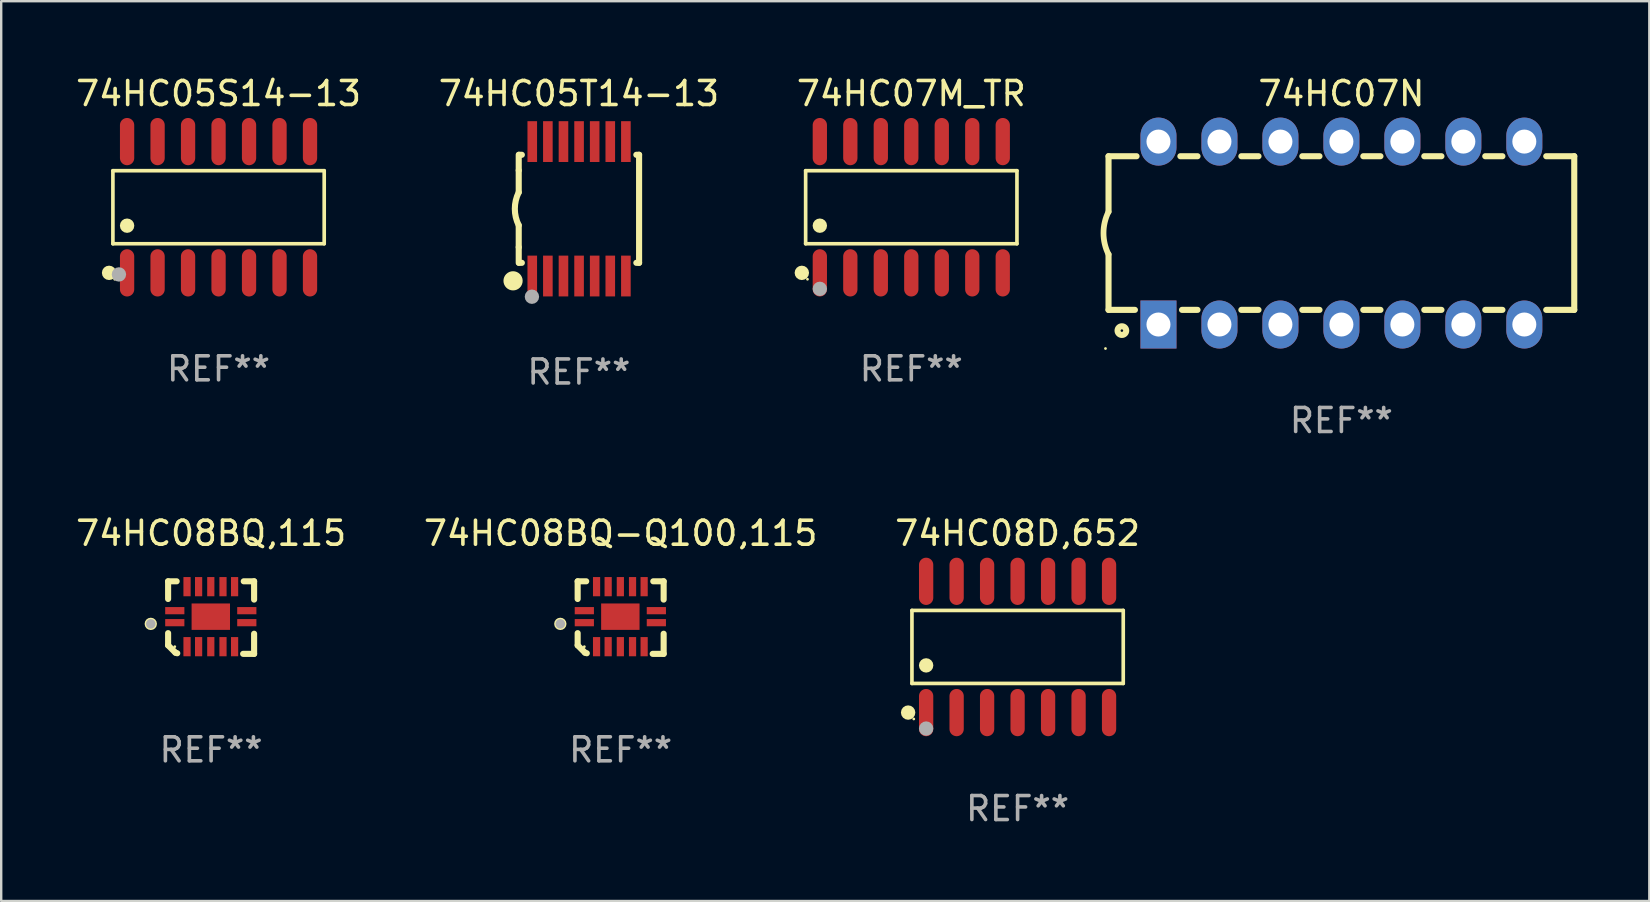
<source format=kicad_pcb>
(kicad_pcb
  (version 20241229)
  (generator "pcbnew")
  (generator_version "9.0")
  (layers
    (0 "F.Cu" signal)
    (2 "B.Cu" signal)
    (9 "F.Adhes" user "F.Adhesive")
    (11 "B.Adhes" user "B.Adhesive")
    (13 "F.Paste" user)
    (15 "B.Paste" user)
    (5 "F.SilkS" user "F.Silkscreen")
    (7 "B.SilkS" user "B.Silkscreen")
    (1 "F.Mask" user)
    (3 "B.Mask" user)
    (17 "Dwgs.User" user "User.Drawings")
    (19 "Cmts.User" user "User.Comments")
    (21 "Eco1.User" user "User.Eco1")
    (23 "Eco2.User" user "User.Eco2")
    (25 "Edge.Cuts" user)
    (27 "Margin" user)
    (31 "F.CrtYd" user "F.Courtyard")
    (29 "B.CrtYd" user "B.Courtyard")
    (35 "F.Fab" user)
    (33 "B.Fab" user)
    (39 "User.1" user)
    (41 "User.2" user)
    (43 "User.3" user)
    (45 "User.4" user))
  (footprint "74HC08D,652"
    (layer "F.Cu")
    (at 39.339 23.899)
    (property "Reference" "74HC08D,652" (at 0 -4.734 0) (layer "F.SilkS") (effects (font (size 1 1) (thickness 0.15))))
    (attr through_hole)
    (fp_line (start -4.401 -1.521) (end 4.401 -1.521) (stroke (width 0.152) (type solid)) (layer "F.SilkS"))
    (fp_line (start -4.401 1.521) (end -4.401 -1.521) (stroke (width 0.152) (type solid)) (layer "F.SilkS"))
    (fp_line (start 4.401 -1.521) (end 4.401 1.521) (stroke (width 0.152) (type solid)) (layer "F.SilkS"))
    (fp_line (start 4.401 1.521) (end -4.401 1.521) (stroke (width 0.152) (type solid)) (layer "F.SilkS"))
    (fp_circle (center -4.56 2.734) (end -4.41 2.734) (stroke (width 0.3) (type solid)) (fill no) (layer "F.SilkS"))
    (fp_circle (center -4.325 3) (end -4.295 3) (stroke (width 0.06) (type solid)) (fill no) (layer "F.SilkS"))
    (fp_circle (center -3.81 0.769) (end -3.66 0.769) (stroke (width 0.3) (type solid)) (fill no) (layer "F.SilkS"))
    (fp_circle (center -3.81 3.4) (end -3.66 3.4) (stroke (width 0.3) (type solid)) (fill no) (layer "F.Fab"))
    (fp_text user "REF**" (at 0 6.734 0) (layer "F.Fab") (effects (font (size 1 1) (thickness 0.15))))
    (pad "1" smd oval (at -3.81 2.734) (size 0.595 1.968) (layers "F.Cu" "F.Mask" "F.Paste"))
    (pad "2" smd oval (at -2.54 2.734) (size 0.595 1.968) (layers "F.Cu" "F.Mask" "F.Paste"))
    (pad "3" smd oval (at -1.27 2.734) (size 0.595 1.968) (layers "F.Cu" "F.Mask" "F.Paste"))
    (pad "4" smd oval (at 0 2.734) (size 0.595 1.968) (layers "F.Cu" "F.Mask" "F.Paste"))
    (pad "5" smd oval (at 1.27 2.734) (size 0.595 1.968) (layers "F.Cu" "F.Mask" "F.Paste"))
    (pad "6" smd oval (at 2.54 2.734) (size 0.595 1.968) (layers "F.Cu" "F.Mask" "F.Paste"))
    (pad "7" smd oval (at 3.81 2.734) (size 0.595 1.968) (layers "F.Cu" "F.Mask" "F.Paste"))
    (pad "8" smd oval (at 3.81 -2.734) (size 0.595 1.968) (layers "F.Cu" "F.Mask" "F.Paste"))
    (pad "9" smd oval (at 2.54 -2.734) (size 0.595 1.968) (layers "F.Cu" "F.Mask" "F.Paste"))
    (pad "10" smd oval (at 1.27 -2.734) (size 0.595 1.968) (layers "F.Cu" "F.Mask" "F.Paste"))
    (pad "11" smd oval (at 0 -2.734) (size 0.595 1.968) (layers "F.Cu" "F.Mask" "F.Paste"))
    (pad "12" smd oval (at -1.27 -2.734) (size 0.595 1.968) (layers "F.Cu" "F.Mask" "F.Paste"))
    (pad "13" smd oval (at -2.54 -2.734) (size 0.595 1.968) (layers "F.Cu" "F.Mask" "F.Paste"))
    (pad "14" smd oval (at -3.81 -2.734) (size 0.595 1.968) (layers "F.Cu" "F.Mask" "F.Paste")))
  (footprint "74HC08BQ,115"
    (layer "F.Cu")
    (at 5.744 22.676)
    (property "Reference" "74HC08BQ,115" (at 0 -3.511 0) (layer "F.SilkS") (effects (font (size 1 1) (thickness 0.15))))
    (attr through_hole)
    (fp_line (start -1.791 -1.511) (end -1.435 -1.511) (stroke (width 0.254) (type solid)) (layer "F.SilkS"))
    (fp_line (start -1.791 -0.775) (end -1.791 -1.511) (stroke (width 0.254) (type solid)) (layer "F.SilkS"))
    (fp_line (start -1.791 1.156) (end -1.791 0.648) (stroke (width 0.254) (type solid)) (layer "F.SilkS"))
    (fp_line (start -1.486 1.461) (end -1.791 1.156) (stroke (width 0.254) (type solid)) (layer "F.SilkS"))
    (fp_line (start -1.41 1.486) (end -1.486 1.461) (stroke (width 0.254) (type solid)) (layer "F.SilkS"))
    (fp_line (start 1.334 1.511) (end 1.791 1.511) (stroke (width 0.254) (type solid)) (layer "F.SilkS"))
    (fp_line (start 1.791 -1.511) (end 1.359 -1.511) (stroke (width 0.254) (type solid)) (layer "F.SilkS"))
    (fp_line (start 1.791 -0.749) (end 1.791 -1.511) (stroke (width 0.254) (type solid)) (layer "F.SilkS"))
    (fp_line (start 1.791 1.511) (end 1.791 0.673) (stroke (width 0.254) (type solid)) (layer "F.SilkS"))
    (fp_circle (center -2.513 0.262) (end -2.383 0.262) (stroke (width 0.254) (type solid)) (fill no) (layer "F.SilkS"))
    (fp_circle (center -1.513 1.212) (end -1.483 1.212) (stroke (width 0.06) (type solid)) (fill no) (layer "F.SilkS"))
    (fp_circle (center -2.513 0.262) (end -2.413 0.262) (stroke (width 0.2) (type solid)) (fill no) (layer "F.Fab"))
    (fp_text user "REF**" (at 0 5.511 0) (layer "F.Fab") (effects (font (size 1 1) (thickness 0.15))))
    (pad "1" smd rect (at -1.513 0.212) (size 0.8 0.3) (layers "F.Cu" "F.Mask" "F.Paste"))
    (pad "2" smd rect (at -1.003 1.212) (size 0.3 0.8) (layers "F.Cu" "F.Mask" "F.Paste"))
    (pad "3" smd rect (at -0.521 1.212) (size 0.3 0.8) (layers "F.Cu" "F.Mask" "F.Paste"))
    (pad "4" smd rect (at -0.013 1.212) (size 0.3 0.8) (layers "F.Cu" "F.Mask" "F.Paste"))
    (pad "5" smd rect (at 0.495 1.212) (size 0.3 0.8) (layers "F.Cu" "F.Mask" "F.Paste"))
    (pad "6" smd rect (at 0.978 1.212) (size 0.3 0.8) (layers "F.Cu" "F.Mask" "F.Paste"))
    (pad "7" smd rect (at 1.487 0.212) (size 0.8 0.3) (layers "F.Cu" "F.Mask" "F.Paste"))
    (pad "8" smd rect (at 1.487 -0.288) (size 0.8 0.3) (layers "F.Cu" "F.Mask" "F.Paste"))
    (pad "9" smd rect (at 0.978 -1.288) (size 0.3 0.8) (layers "F.Cu" "F.Mask" "F.Paste"))
    (pad "10" smd rect (at 0.495 -1.288) (size 0.3 0.8) (layers "F.Cu" "F.Mask" "F.Paste"))
    (pad "11" smd rect (at -0.013 -1.288) (size 0.3 0.8) (layers "F.Cu" "F.Mask" "F.Paste"))
    (pad "12" smd rect (at -0.521 -1.288) (size 0.3 0.8) (layers "F.Cu" "F.Mask" "F.Paste"))
    (pad "13" smd rect (at -1.003 -1.288) (size 0.3 0.8) (layers "F.Cu" "F.Mask" "F.Paste"))
    (pad "14" smd rect (at -1.513 -0.288) (size 0.8 0.3) (layers "F.Cu" "F.Mask" "F.Paste"))
    (pad "15" smd rect (at -0.013 -0.038 90) (size 1.1 1.6) (layers "F.Cu" "F.Mask" "F.Paste")))
  (footprint "74HC05T14-13"
    (layer "F.Cu")
    (at 21.065 5.648)
    (property "Reference" "74HC05T14-13" (at 0 -4.8 0) (layer "F.SilkS") (effects (font (size 1 1) (thickness 0.15))))
    (attr through_hole)
    (fp_line (start -2.507 -1.6) (end -2.507 -2.25) (stroke (width 0.254) (type solid)) (layer "F.SilkS"))
    (fp_line (start -2.507 -0.686) (end -2.507 -1.6) (stroke (width 0.254) (type solid)) (layer "F.SilkS"))
    (fp_line (start -2.507 1.6) (end -2.507 0.686) (stroke (width 0.254) (type solid)) (layer "F.SilkS"))
    (fp_line (start -2.507 1.6) (end -2.507 2.25) (stroke (width 0.254) (type solid)) (layer "F.SilkS"))
    (fp_line (start -2.493 -2.25) (end -2.377 -2.25) (stroke (width 0.254) (type solid)) (layer "F.SilkS"))
    (fp_line (start -2.377 2.25) (end -2.493 2.25) (stroke (width 0.254) (type solid)) (layer "F.SilkS"))
    (fp_line (start 2.392 -2.25) (end 2.507 -2.25) (stroke (width 0.254) (type solid)) (layer "F.SilkS"))
    (fp_line (start 2.507 -2.25) (end 2.507 2.25) (stroke (width 0.254) (type solid)) (layer "F.SilkS"))
    (fp_line (start 2.507 2.25) (end 2.392 2.25) (stroke (width 0.254) (type solid)) (layer "F.SilkS"))
    (fp_arc (start -2.507303 0.685802) (mid -2.669199 0) (end -2.507303 -0.685801) (stroke (width 0.254001) (type solid)) (layer "F.SilkS"))
    (fp_circle (center -2.743 3) (end -2.543 3) (stroke (width 0.4) (type solid)) (fill no) (layer "F.SilkS"))
    (fp_circle (center -2.493 3.2) (end -2.463 3.2) (stroke (width 0.06) (type solid)) (fill no) (layer "F.SilkS"))
    (fp_circle (center -1.957 3.662) (end -1.807 3.662) (stroke (width 0.3) (type solid)) (fill no) (layer "F.Fab"))
    (fp_text user "REF**" (at 0 6.8 0) (layer "F.Fab") (effects (font (size 1 1) (thickness 0.15))))
    (pad "1" smd rect (at -1.943 2.8) (size 0.4 1.7) (layers "F.Cu" "F.Mask" "F.Paste"))
    (pad "2" smd rect (at -1.293 2.8) (size 0.4 1.7) (layers "F.Cu" "F.Mask" "F.Paste"))
    (pad "3" smd rect (at -0.643 2.8) (size 0.4 1.7) (layers "F.Cu" "F.Mask" "F.Paste"))
    (pad "4" smd rect (at 0.007 2.8) (size 0.4 1.7) (layers "F.Cu" "F.Mask" "F.Paste"))
    (pad "5" smd rect (at 0.657 2.8) (size 0.4 1.7) (layers "F.Cu" "F.Mask" "F.Paste"))
    (pad "6" smd rect (at 1.307 2.8) (size 0.4 1.7) (layers "F.Cu" "F.Mask" "F.Paste"))
    (pad "7" smd rect (at 1.957 2.8) (size 0.4 1.7) (layers "F.Cu" "F.Mask" "F.Paste"))
    (pad "8" smd rect (at 1.957 -2.8) (size 0.4 1.7) (layers "F.Cu" "F.Mask" "F.Paste"))
    (pad "9" smd rect (at 1.307 -2.8) (size 0.4 1.7) (layers "F.Cu" "F.Mask" "F.Paste"))
    (pad "10" smd rect (at 0.657 -2.8) (size 0.4 1.7) (layers "F.Cu" "F.Mask" "F.Paste"))
    (pad "11" smd rect (at 0.007 -2.8) (size 0.4 1.7) (layers "F.Cu" "F.Mask" "F.Paste"))
    (pad "12" smd rect (at -0.643 -2.8) (size 0.4 1.7) (layers "F.Cu" "F.Mask" "F.Paste"))
    (pad "13" smd rect (at -1.293 -2.8) (size 0.4 1.7) (layers "F.Cu" "F.Mask" "F.Paste"))
    (pad "14" smd rect (at -1.943 -2.8) (size 0.4 1.7) (layers "F.Cu" "F.Mask" "F.Paste")))
  (footprint "74HC05S14-13"
    (layer "F.Cu")
    (at 6.054 5.582)
    (property "Reference" "74HC05S14-13" (at 0 -4.734 0) (layer "F.SilkS") (effects (font (size 1 1) (thickness 0.15))))
    (attr through_hole)
    (fp_line (start -4.401 -1.521) (end 4.401 -1.521) (stroke (width 0.152) (type solid)) (layer "F.SilkS"))
    (fp_line (start -4.401 1.521) (end -4.401 -1.521) (stroke (width 0.152) (type solid)) (layer "F.SilkS"))
    (fp_line (start 4.401 -1.521) (end 4.401 1.521) (stroke (width 0.152) (type solid)) (layer "F.SilkS"))
    (fp_line (start 4.401 1.521) (end -4.401 1.521) (stroke (width 0.152) (type solid)) (layer "F.SilkS"))
    (fp_circle (center -4.56 2.734) (end -4.41 2.734) (stroke (width 0.3) (type solid)) (fill no) (layer "F.SilkS"))
    (fp_circle (center -4.325 3) (end -4.295 3) (stroke (width 0.06) (type solid)) (fill no) (layer "F.SilkS"))
    (fp_circle (center -3.81 0.769) (end -3.66 0.769) (stroke (width 0.3) (type solid)) (fill no) (layer "F.SilkS"))
    (fp_circle (center -4.15 2.8) (end -4 2.8) (stroke (width 0.3) (type solid)) (fill no) (layer "F.Fab"))
    (fp_text user "REF**" (at 0 6.734 0) (layer "F.Fab") (effects (font (size 1 1) (thickness 0.15))))
    (pad "1" smd oval (at -3.81 2.734) (size 0.595 1.968) (layers "F.Cu" "F.Mask" "F.Paste"))
    (pad "2" smd oval (at -2.54 2.734) (size 0.595 1.968) (layers "F.Cu" "F.Mask" "F.Paste"))
    (pad "3" smd oval (at -1.27 2.734) (size 0.595 1.968) (layers "F.Cu" "F.Mask" "F.Paste"))
    (pad "4" smd oval (at 0 2.734) (size 0.595 1.968) (layers "F.Cu" "F.Mask" "F.Paste"))
    (pad "5" smd oval (at 1.27 2.734) (size 0.595 1.968) (layers "F.Cu" "F.Mask" "F.Paste"))
    (pad "6" smd oval (at 2.54 2.734) (size 0.595 1.968) (layers "F.Cu" "F.Mask" "F.Paste"))
    (pad "7" smd oval (at 3.81 2.734) (size 0.595 1.968) (layers "F.Cu" "F.Mask" "F.Paste"))
    (pad "8" smd oval (at 3.81 -2.734) (size 0.595 1.968) (layers "F.Cu" "F.Mask" "F.Paste"))
    (pad "9" smd oval (at 2.54 -2.734) (size 0.595 1.968) (layers "F.Cu" "F.Mask" "F.Paste"))
    (pad "10" smd oval (at 1.27 -2.734) (size 0.595 1.968) (layers "F.Cu" "F.Mask" "F.Paste"))
    (pad "11" smd oval (at 0 -2.734) (size 0.595 1.968) (layers "F.Cu" "F.Mask" "F.Paste"))
    (pad "12" smd oval (at -1.27 -2.734) (size 0.595 1.968) (layers "F.Cu" "F.Mask" "F.Paste"))
    (pad "13" smd oval (at -2.54 -2.734) (size 0.595 1.968) (layers "F.Cu" "F.Mask" "F.Paste"))
    (pad "14" smd oval (at -3.81 -2.734) (size 0.595 1.968) (layers "F.Cu" "F.Mask" "F.Paste")))
  (footprint "74HC07N"
    (layer "F.Cu")
    (at 52.827 6.658)
    (property "Reference" "74HC07N" (at 0 -5.81 0) (layer "F.SilkS") (effects (font (size 1 1) (thickness 0.15))))
    (attr through_hole)
    (fp_line (start -9.7 -3.2) (end -9.7 -0.889) (stroke (width 0.254) (type solid)) (layer "F.SilkS"))
    (fp_line (start -9.7 -3.2) (end -8.533 -3.2) (stroke (width 0.254) (type solid)) (layer "F.SilkS"))
    (fp_line (start -9.7 3.2) (end -9.7 0.889) (stroke (width 0.254) (type solid)) (layer "F.SilkS"))
    (fp_line (start -9.7 3.2) (end -8.601 3.2) (stroke (width 0.254) (type solid)) (layer "F.SilkS"))
    (fp_line (start -6.707 -3.2) (end -5.993 -3.2) (stroke (width 0.254) (type solid)) (layer "F.SilkS"))
    (fp_line (start -6.639 3.2) (end -5.993 3.2) (stroke (width 0.254) (type solid)) (layer "F.SilkS"))
    (fp_line (start -4.168 3.2) (end -3.453 3.2) (stroke (width 0.254) (type solid)) (layer "F.SilkS"))
    (fp_line (start -4.167 -3.2) (end -3.453 -3.2) (stroke (width 0.254) (type solid)) (layer "F.SilkS"))
    (fp_line (start -1.628 3.2) (end -0.912 3.2) (stroke (width 0.254) (type solid)) (layer "F.SilkS"))
    (fp_line (start -1.627 -3.2) (end -0.913 -3.2) (stroke (width 0.254) (type solid)) (layer "F.SilkS"))
    (fp_line (start 0.912 3.2) (end 1.628 3.2) (stroke (width 0.254) (type solid)) (layer "F.SilkS"))
    (fp_line (start 0.913 -3.2) (end 1.627 -3.2) (stroke (width 0.254) (type solid)) (layer "F.SilkS"))
    (fp_line (start 3.453 3.2) (end 4.168 3.2) (stroke (width 0.254) (type solid)) (layer "F.SilkS"))
    (fp_line (start 3.453 -3.2) (end 4.167 -3.2) (stroke (width 0.254) (type solid)) (layer "F.SilkS"))
    (fp_line (start 5.993 3.2) (end 6.708 3.2) (stroke (width 0.254) (type solid)) (layer "F.SilkS"))
    (fp_line (start 5.993 -3.2) (end 6.707 -3.2) (stroke (width 0.254) (type solid)) (layer "F.SilkS"))
    (fp_line (start 8.533 3.2) (end 9.7 3.2) (stroke (width 0.254) (type solid)) (layer "F.SilkS"))
    (fp_line (start 8.533 -3.2) (end 9.7 -3.2) (stroke (width 0.254) (type solid)) (layer "F.SilkS"))
    (fp_line (start 9.7 3.2) (end 9.7 -3.2) (stroke (width 0.254) (type solid)) (layer "F.SilkS"))
    (fp_arc (start -9.699822 0.889002) (mid -9.909826 0.000048) (end -9.700229 -0.889002) (stroke (width 0.240005) (type solid)) (layer "F.SilkS"))
    (fp_circle (center -9.827 4.81) (end -9.797 4.81) (stroke (width 0.06) (type solid)) (fill no) (layer "F.SilkS"))
    (fp_circle (center -9.144 4.064) (end -8.964 4.064) (stroke (width 0.254) (type solid)) (fill no) (layer "F.SilkS"))
    (fp_text user "REF**" (at 0 7.81 0) (layer "F.Fab") (effects (font (size 1 1) (thickness 0.15))))
    (pad "1" thru_hole rect (at -7.62 3.81 90) (size 2 1.5) (drill 1) (layers "*.Cu" "*.Mask"))
    (pad "2" thru_hole oval (at -5.08 3.81 90) (size 2 1.5) (drill 1) (layers "*.Cu" "*.Mask"))
    (pad "3" thru_hole oval (at -2.54 3.81 90) (size 2 1.5) (drill 1) (layers "*.Cu" "*.Mask"))
    (pad "4" thru_hole oval (at 0 3.81 90) (size 2 1.5) (drill 1) (layers "*.Cu" "*.Mask"))
    (pad "5" thru_hole oval (at 2.54 3.81 90) (size 2 1.5) (drill 1) (layers "*.Cu" "*.Mask"))
    (pad "6" thru_hole oval (at 5.08 3.81 90) (size 2 1.5) (drill 1) (layers "*.Cu" "*.Mask"))
    (pad "7" thru_hole oval (at 7.62 3.81 90) (size 2 1.5) (drill 1) (layers "*.Cu" "*.Mask"))
    (pad "8" thru_hole oval (at 7.62 -3.81 90) (size 2 1.5) (drill 1) (layers "*.Cu" "*.Mask"))
    (pad "9" thru_hole oval (at 5.08 -3.81 90) (size 2 1.5) (drill 1) (layers "*.Cu" "*.Mask"))
    (pad "10" thru_hole oval (at 2.54 -3.81 90) (size 2 1.5) (drill 1) (layers "*.Cu" "*.Mask"))
    (pad "11" thru_hole oval (at 0 -3.81 90) (size 2 1.5) (drill 1) (layers "*.Cu" "*.Mask"))
    (pad "12" thru_hole oval (at -2.54 -3.81 90) (size 2 1.5) (drill 1) (layers "*.Cu" "*.Mask"))
    (pad "13" thru_hole oval (at -5.08 -3.81 90) (size 2 1.5) (drill 1) (layers "*.Cu" "*.Mask"))
    (pad "14" thru_hole oval (at -7.62 -3.81 90) (size 2 1.5) (drill 1) (layers "*.Cu" "*.Mask")))
  (footprint "74HC08BQ-Q100,115"
    (layer "F.Cu")
    (at 22.804 22.676)
    (property "Reference" "74HC08BQ-Q100,115" (at 0 -3.511 0) (layer "F.SilkS") (effects (font (size 1 1) (thickness 0.15))))
    (attr through_hole)
    (fp_line (start -1.791 -1.511) (end -1.435 -1.511) (stroke (width 0.254) (type solid)) (layer "F.SilkS"))
    (fp_line (start -1.791 -0.775) (end -1.791 -1.511) (stroke (width 0.254) (type solid)) (layer "F.SilkS"))
    (fp_line (start -1.791 1.156) (end -1.791 0.648) (stroke (width 0.254) (type solid)) (layer "F.SilkS"))
    (fp_line (start -1.486 1.461) (end -1.791 1.156) (stroke (width 0.254) (type solid)) (layer "F.SilkS"))
    (fp_line (start -1.41 1.486) (end -1.486 1.461) (stroke (width 0.254) (type solid)) (layer "F.SilkS"))
    (fp_line (start 1.334 1.511) (end 1.791 1.511) (stroke (width 0.254) (type solid)) (layer "F.SilkS"))
    (fp_line (start 1.791 -1.511) (end 1.359 -1.511) (stroke (width 0.254) (type solid)) (layer "F.SilkS"))
    (fp_line (start 1.791 -0.749) (end 1.791 -1.511) (stroke (width 0.254) (type solid)) (layer "F.SilkS"))
    (fp_line (start 1.791 1.511) (end 1.791 0.673) (stroke (width 0.254) (type solid)) (layer "F.SilkS"))
    (fp_circle (center -2.513 0.262) (end -2.383 0.262) (stroke (width 0.254) (type solid)) (fill no) (layer "F.SilkS"))
    (fp_circle (center -1.513 1.212) (end -1.483 1.212) (stroke (width 0.06) (type solid)) (fill no) (layer "F.SilkS"))
    (fp_circle (center -2.513 0.262) (end -2.413 0.262) (stroke (width 0.2) (type solid)) (fill no) (layer "F.Fab"))
    (fp_text user "REF**" (at 0 5.511 0) (layer "F.Fab") (effects (font (size 1 1) (thickness 0.15))))
    (pad "1" smd rect (at -1.513 0.212) (size 0.8 0.3) (layers "F.Cu" "F.Mask" "F.Paste"))
    (pad "2" smd rect (at -1.003 1.212) (size 0.3 0.8) (layers "F.Cu" "F.Mask" "F.Paste"))
    (pad "3" smd rect (at -0.521 1.212) (size 0.3 0.8) (layers "F.Cu" "F.Mask" "F.Paste"))
    (pad "4" smd rect (at -0.013 1.212) (size 0.3 0.8) (layers "F.Cu" "F.Mask" "F.Paste"))
    (pad "5" smd rect (at 0.495 1.212) (size 0.3 0.8) (layers "F.Cu" "F.Mask" "F.Paste"))
    (pad "6" smd rect (at 0.978 1.212) (size 0.3 0.8) (layers "F.Cu" "F.Mask" "F.Paste"))
    (pad "7" smd rect (at 1.487 0.212) (size 0.8 0.3) (layers "F.Cu" "F.Mask" "F.Paste"))
    (pad "8" smd rect (at 1.487 -0.288) (size 0.8 0.3) (layers "F.Cu" "F.Mask" "F.Paste"))
    (pad "9" smd rect (at 0.978 -1.288) (size 0.3 0.8) (layers "F.Cu" "F.Mask" "F.Paste"))
    (pad "10" smd rect (at 0.495 -1.288) (size 0.3 0.8) (layers "F.Cu" "F.Mask" "F.Paste"))
    (pad "11" smd rect (at -0.013 -1.288) (size 0.3 0.8) (layers "F.Cu" "F.Mask" "F.Paste"))
    (pad "12" smd rect (at -0.521 -1.288) (size 0.3 0.8) (layers "F.Cu" "F.Mask" "F.Paste"))
    (pad "13" smd rect (at -1.003 -1.288) (size 0.3 0.8) (layers "F.Cu" "F.Mask" "F.Paste"))
    (pad "14" smd rect (at -1.513 -0.288) (size 0.8 0.3) (layers "F.Cu" "F.Mask" "F.Paste"))
    (pad "15" smd rect (at -0.013 -0.038 90) (size 1.1 1.6) (layers "F.Cu" "F.Mask" "F.Paste")))
  (footprint "74HC07M_TR"
    (layer "F.Cu")
    (at 34.911 5.582)
    (property "Reference" "74HC07M_TR" (at 0 -4.734 0) (layer "F.SilkS") (effects (font (size 1 1) (thickness 0.15))))
    (attr through_hole)
    (fp_line (start -4.401 -1.521) (end 4.401 -1.521) (stroke (width 0.152) (type solid)) (layer "F.SilkS"))
    (fp_line (start -4.401 1.521) (end -4.401 -1.521) (stroke (width 0.152) (type solid)) (layer "F.SilkS"))
    (fp_line (start 4.401 -1.521) (end 4.401 1.521) (stroke (width 0.152) (type solid)) (layer "F.SilkS"))
    (fp_line (start 4.401 1.521) (end -4.401 1.521) (stroke (width 0.152) (type solid)) (layer "F.SilkS"))
    (fp_circle (center -4.56 2.734) (end -4.41 2.734) (stroke (width 0.3) (type solid)) (fill no) (layer "F.SilkS"))
    (fp_circle (center -4.325 3) (end -4.295 3) (stroke (width 0.06) (type solid)) (fill no) (layer "F.SilkS"))
    (fp_circle (center -3.81 0.769) (end -3.66 0.769) (stroke (width 0.3) (type solid)) (fill no) (layer "F.SilkS"))
    (fp_circle (center -3.81 3.4) (end -3.66 3.4) (stroke (width 0.3) (type solid)) (fill no) (layer "F.Fab"))
    (fp_text user "REF**" (at 0 6.734 0) (layer "F.Fab") (effects (font (size 1 1) (thickness 0.15))))
    (pad "1" smd oval (at -3.81 2.734) (size 0.595 1.968) (layers "F.Cu" "F.Mask" "F.Paste"))
    (pad "2" smd oval (at -2.54 2.734) (size 0.595 1.968) (layers "F.Cu" "F.Mask" "F.Paste"))
    (pad "3" smd oval (at -1.27 2.734) (size 0.595 1.968) (layers "F.Cu" "F.Mask" "F.Paste"))
    (pad "4" smd oval (at 0 2.734) (size 0.595 1.968) (layers "F.Cu" "F.Mask" "F.Paste"))
    (pad "5" smd oval (at 1.27 2.734) (size 0.595 1.968) (layers "F.Cu" "F.Mask" "F.Paste"))
    (pad "6" smd oval (at 2.54 2.734) (size 0.595 1.968) (layers "F.Cu" "F.Mask" "F.Paste"))
    (pad "7" smd oval (at 3.81 2.734) (size 0.595 1.968) (layers "F.Cu" "F.Mask" "F.Paste"))
    (pad "8" smd oval (at 3.81 -2.734) (size 0.595 1.968) (layers "F.Cu" "F.Mask" "F.Paste"))
    (pad "9" smd oval (at 2.54 -2.734) (size 0.595 1.968) (layers "F.Cu" "F.Mask" "F.Paste"))
    (pad "10" smd oval (at 1.27 -2.734) (size 0.595 1.968) (layers "F.Cu" "F.Mask" "F.Paste"))
    (pad "11" smd oval (at 0 -2.734) (size 0.595 1.968) (layers "F.Cu" "F.Mask" "F.Paste"))
    (pad "12" smd oval (at -1.27 -2.734) (size 0.595 1.968) (layers "F.Cu" "F.Mask" "F.Paste"))
    (pad "13" smd oval (at -2.54 -2.734) (size 0.595 1.968) (layers "F.Cu" "F.Mask" "F.Paste"))
    (pad "14" smd oval (at -3.81 -2.734) (size 0.595 1.968) (layers "F.Cu" "F.Mask" "F.Paste")))
  (gr_rect
    (start -3 -3)
    (end 65.654 34.481)
    (stroke (width 0.1) (type default))
    (fill no)
    (layer "Edge.Cuts")))
</source>
